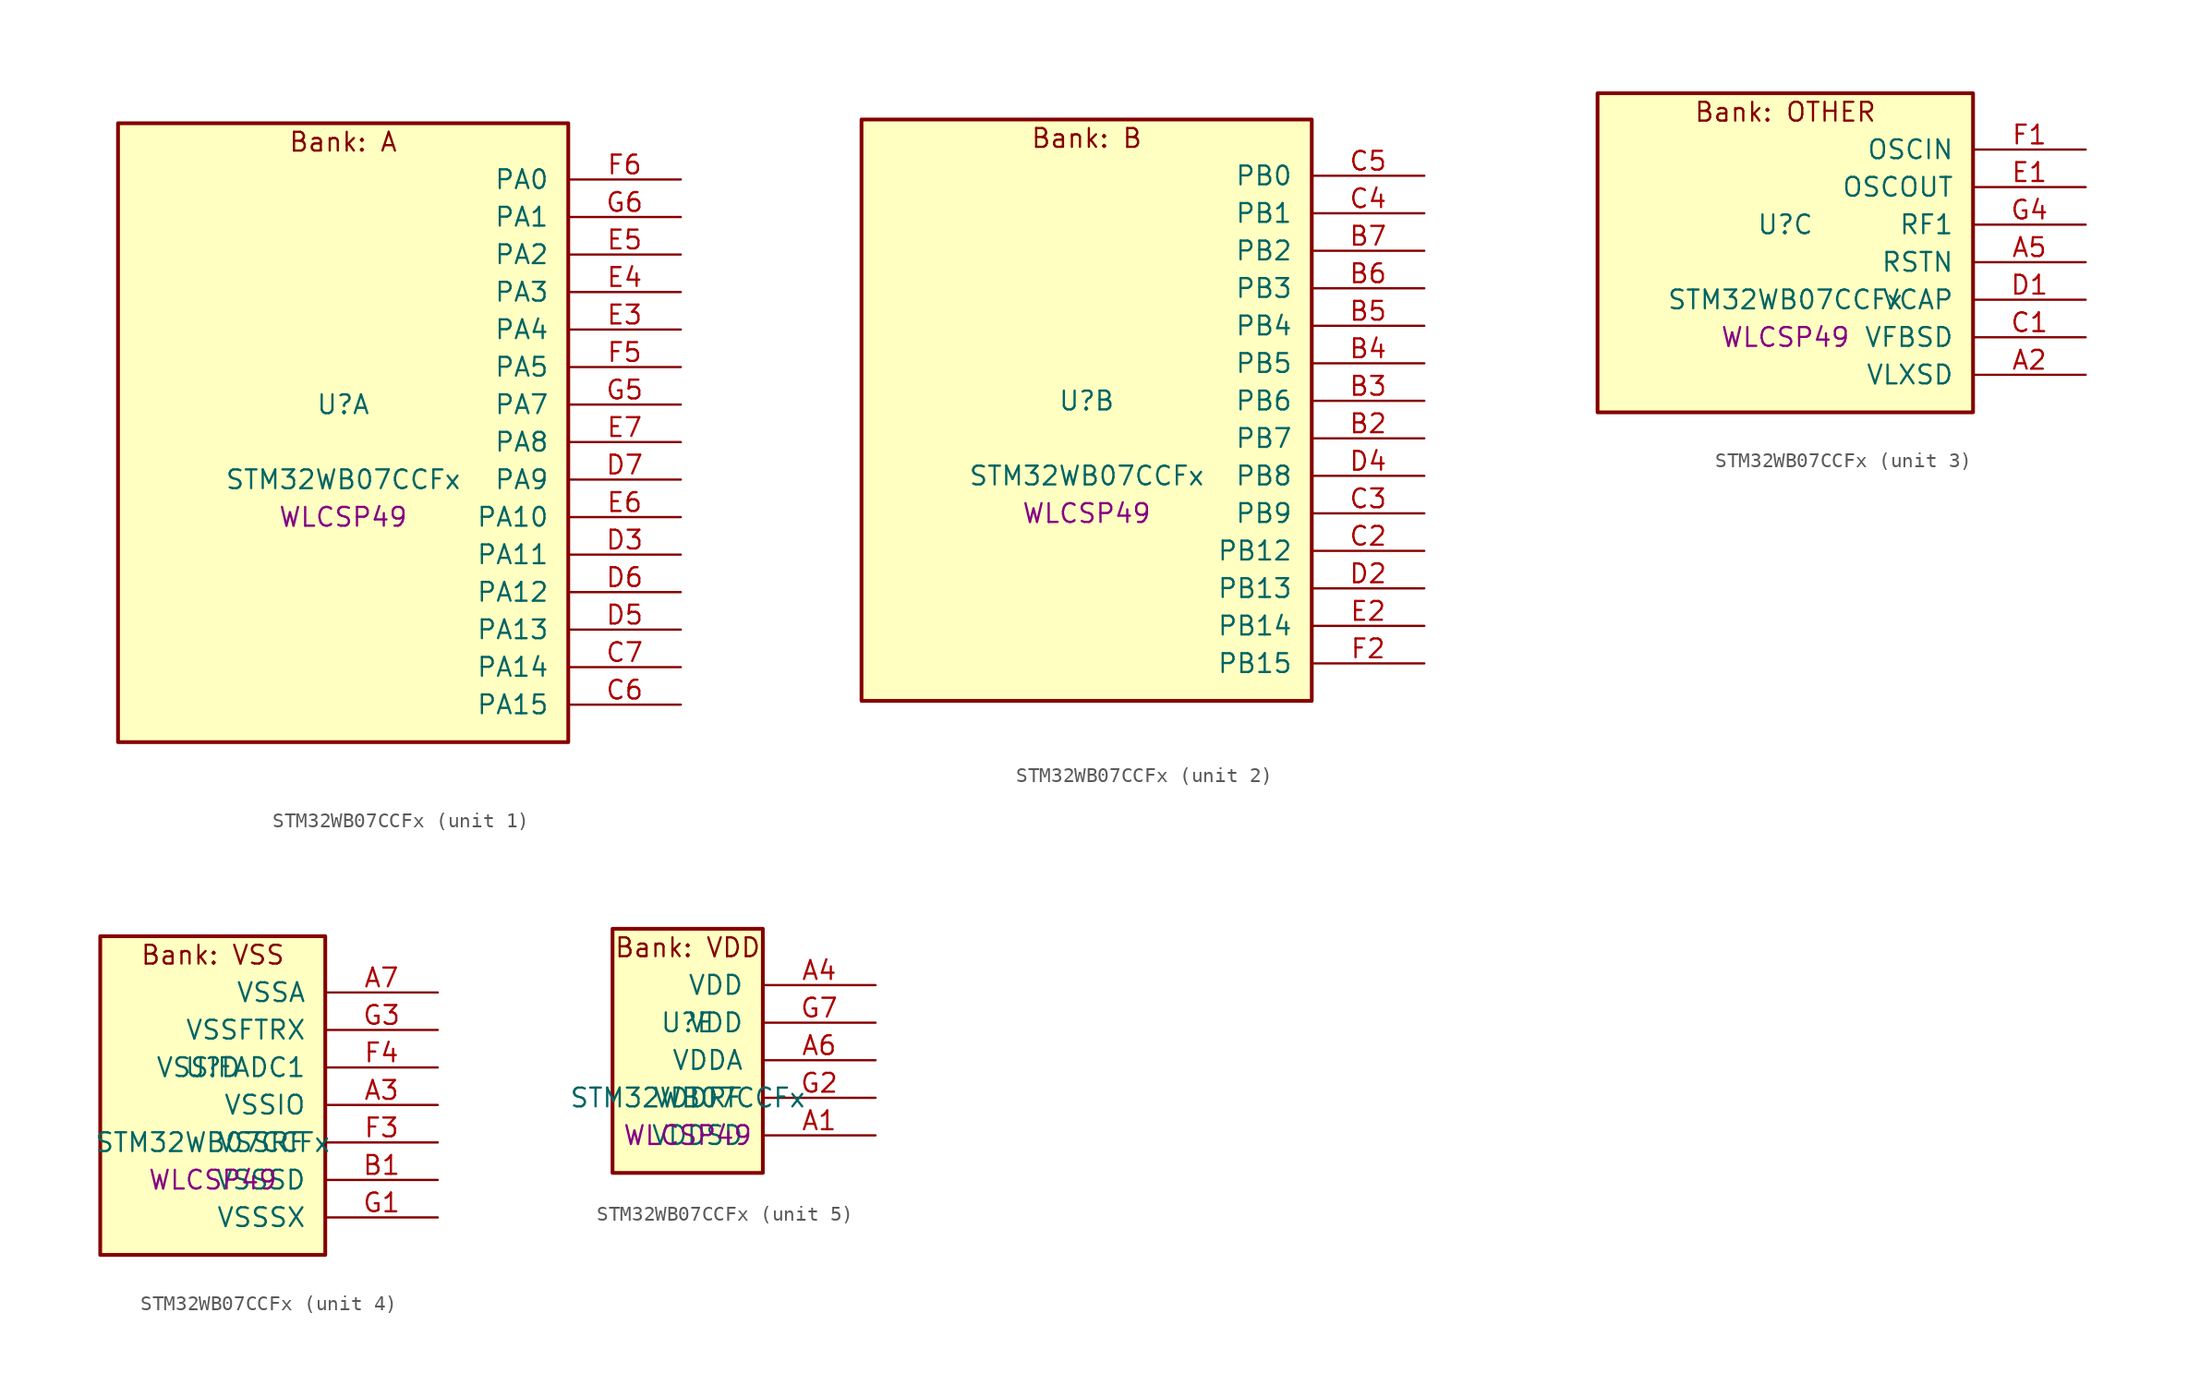
<source format=kicad_sym>
(kicad_symbol_lib
  (version 20241209)
  (generator "stm32_pkl_generator")
  (generator_version "1.0")
  (symbol "STM32WB07CCFx"
    (pin_names
      (offset 1.27))
    (property "Reference" "U"
      (at 0 2.54 0))
    (property "Value" "STM32WB07CCFx"
      (at 0 -2.54 0))
    (property "Footprint" "WLCSP49"
      (at 0 -5.08 0))
    (symbol "STM32WB07CCFx_1_1"
      (rectangle (start -15.24 21.59) (end 15.24 -20.32) (stroke (width 0.254) (type solid)) (fill (type background)))
      (text "Bank: A" (at 0 20.32 0))
      (pin bidirectional line (at 22.86 17.78 180) (length 7.62) (name "PA0") (number "F6") (alternate "PA0/I2C1_SCL" bidirectional line) (alternate "PA0/I2S2_MCK" bidirectional line) (alternate "PA0/PWR_WKUP12" bidirectional line) (alternate "PA0/TIM1_CH3" bidirectional line) (alternate "PA0/USART1_CTS" bidirectional line))
      (pin bidirectional line (at 22.86 15.24 180) (length 7.62) (name "PA1") (number "G6") (alternate "PA1/I2C1_SDA" bidirectional line) (alternate "PA1/PWR_WKUP13" bidirectional line) (alternate "PA1/SPI2_MISO" bidirectional line) (alternate "PA1/TIM1_CH4" bidirectional line) (alternate "PA1/USART1_TX" bidirectional line))
      (pin bidirectional line (at 22.86 12.7 180) (length 7.62) (name "PA2") (number "E5") (alternate "PA2/DEBUG_SWDIO" bidirectional line) (alternate "PA2/I2S3_MCK" bidirectional line) (alternate "PA2/PWR_WKUP14" bidirectional line) (alternate "PA2/USART1_CK" bidirectional line))
      (pin bidirectional line (at 22.86 10.16 180) (length 7.62) (name "PA3") (number "E4") (alternate "PA3/DEBUG_SWCLK" bidirectional line) (alternate "PA3/I2S3_SCK" bidirectional line) (alternate "PA3/PWR_WKUP15" bidirectional line) (alternate "PA3/SPI3_SCK" bidirectional line) (alternate "PA3/TIM1_BKIN2" bidirectional line) (alternate "PA3/USART1_DE" bidirectional line) (alternate "PA3/USART1_RTS" bidirectional line))
      (pin bidirectional line (at 22.86 7.62 180) (length 7.62) (name "PA4") (number "E3") (alternate "PA4/I2S2_WS" bidirectional line) (alternate "PA4/LPUART1_TX" bidirectional line) (alternate "PA4/PWR_WKUP16" bidirectional line) (alternate "PA4/RCC_LCO" bidirectional line) (alternate "PA4/SPI2_NSS" bidirectional line) (alternate "PA4/TIM1_CH1" bidirectional line))
      (pin bidirectional line (at 22.86 5.08 180) (length 7.62) (name "PA5") (number "F5") (alternate "PA5/I2S2_SCK" bidirectional line) (alternate "PA5/LPUART1_RX" bidirectional line) (alternate "PA5/PWR_WKUP17" bidirectional line) (alternate "PA5/RCC_LCO" bidirectional line) (alternate "PA5/RCC_MCO" bidirectional line) (alternate "PA5/SPI2_SCK" bidirectional line) (alternate "PA5/TIM1_CH2" bidirectional line))
      (pin bidirectional line (at 22.86 2.54 180) (length 7.62) (name "PA7") (number "G5") (alternate "PA7/I2S2_SCK" bidirectional line) (alternate "PA7/LPUART1_DE" bidirectional line) (alternate "PA7/LPUART1_RTS" bidirectional line) (alternate "PA7/PWR_WKUP19" bidirectional line) (alternate "PA7/RTC_OUT" bidirectional line) (alternate "PA7/SPI2_MISO" bidirectional line) (alternate "PA7/SPI2_SCK" bidirectional line) (alternate "PA7/TIM1_CH2" bidirectional line))
      (pin bidirectional line (at 22.86 0 180) (length 7.62) (name "PA8") (number "E7") (alternate "PA8/PWR_WKUP8" bidirectional line) (alternate "PA8/PWR_WKUP20" bidirectional line) (alternate "PA8/RADIO_RX_SEQUENCE" bidirectional line) (alternate "PA8/RTC_OUT" bidirectional line) (alternate "PA8/SPI1_MOSI" bidirectional line) (alternate "PA8/SPI3_MISO" bidirectional line) (alternate "PA8/TIM1_CH3" bidirectional line) (alternate "PA8/USART1_RX" bidirectional line))
      (pin bidirectional line (at 22.86 -2.54 180) (length 7.62) (name "PA9") (number "D7") (alternate "PA9/I2S3_WS" bidirectional line) (alternate "PA9/PWR_WKUP9" bidirectional line) (alternate "PA9/PWR_WKUP21" bidirectional line) (alternate "PA9/RTC_OUT" bidirectional line) (alternate "PA9/SPI1_SCK" bidirectional line) (alternate "PA9/SPI3_NSS" bidirectional line) (alternate "PA9/TIM1_CH4" bidirectional line) (alternate "PA9/USART1_TX" bidirectional line))
      (pin bidirectional line (at 22.86 -5.08 180) (length 7.62) (name "PA10") (number "E6") (alternate "PA10/I2S3_MCK" bidirectional line) (alternate "PA10/PWR_WKUP10" bidirectional line) (alternate "PA10/PWR_WKUP22" bidirectional line) (alternate "PA10/RADIO_TX_SEQUENCE" bidirectional line) (alternate "PA10/RCC_LCO" bidirectional line) (alternate "PA10/SPI1_MISO" bidirectional line))
      (pin bidirectional line (at 22.86 -7.62 180) (length 7.62) (name "PA11") (number "D3") (alternate "PA11/I2S3_SD" bidirectional line) (alternate "PA11/PWR_WKUP11" bidirectional line) (alternate "PA11/PWR_WKUP23" bidirectional line) (alternate "PA11/RADIO_RX_SEQUENCE" bidirectional line) (alternate "PA11/RCC_MCO" bidirectional line) (alternate "PA11/RTC_OUT" bidirectional line) (alternate "PA11/SPI1_NSS" bidirectional line) (alternate "PA11/SPI3_MOSI" bidirectional line))
      (pin bidirectional line (at 22.86 -10.16 180) (length 7.62) (name "PA12") (number "D6") (alternate "PA12/ADC1_VINM3" bidirectional line) (alternate "PA12/I2C1_SMBA" bidirectional line) (alternate "PA12/I2S2_SD" bidirectional line) (alternate "PA12/PWR_WKUP24" bidirectional line) (alternate "PA12/SPI1_NSS" bidirectional line) (alternate "PA12/SPI2_MOSI" bidirectional line) (alternate "PA12/TIM1_CH1" bidirectional line))
      (pin bidirectional line (at 22.86 -12.7 180) (length 7.62) (name "PA13") (number "D5") (alternate "PA13/ADC1_VINP3" bidirectional line) (alternate "PA13/I2C2_SCL" bidirectional line) (alternate "PA13/PWR_WKUP25" bidirectional line) (alternate "PA13/SPI1_SCK" bidirectional line) (alternate "PA13/SPI2_MISO" bidirectional line) (alternate "PA13/TIM1_ETR" bidirectional line))
      (pin bidirectional line (at 22.86 -15.24 180) (length 7.62) (name "PA14") (number "C7") (alternate "PA14/ADC1_VINM2" bidirectional line) (alternate "PA14/I2C2_SDA" bidirectional line) (alternate "PA14/PWR_WKUP26" bidirectional line) (alternate "PA14/SPI1_MISO" bidirectional line))
      (pin bidirectional line (at 22.86 -17.78 180) (length 7.62) (name "PA15") (number "C6") (alternate "PA15/ADC1_VINP2" bidirectional line) (alternate "PA15/I2C2_SMBA" bidirectional line) (alternate "PA15/PWR_WKUP27" bidirectional line) (alternate "PA15/SPI1_MOSI" bidirectional line) (alternate "PA15/TIM1_BKIN2" bidirectional line)))
    (symbol "STM32WB07CCFx_2_1"
      (rectangle (start -15.24 21.59) (end 15.24 -17.78) (stroke (width 0.254) (type solid)) (fill (type background)))
      (text "Bank: B" (at 0 20.32 0))
      (pin bidirectional line (at 22.86 17.78 180) (length 7.62) (name "PB0") (number "C5") (alternate "PB0/ADC1_VINM1" bidirectional line) (alternate "PB0/LPUART1_DE" bidirectional line) (alternate "PB0/LPUART1_RTS" bidirectional line) (alternate "PB0/PWR_WKUP0" bidirectional line) (alternate "PB0/TIM1_CH2N" bidirectional line) (alternate "PB0/USART1_RX" bidirectional line))
      (pin bidirectional line (at 22.86 15.24 180) (length 7.62) (name "PB1") (number "C4") (alternate "PB1/ADC1_PDM_CLK" bidirectional line) (alternate "PB1/ADC1_VINP1" bidirectional line) (alternate "PB1/PWR_WKUP1" bidirectional line) (alternate "PB1/SPI1_NSS" bidirectional line) (alternate "PB1/TIM1_ETR" bidirectional line))
      (pin bidirectional line (at 22.86 12.7 180) (length 7.62) (name "PB2") (number "B7") (alternate "PB2/ADC1_PDM_DATA" bidirectional line) (alternate "PB2/ADC1_PGA_CAP0" bidirectional line) (alternate "PB2/ADC1_VINM0" bidirectional line) (alternate "PB2/PWR_WKUP2" bidirectional line) (alternate "PB2/TIM1_CH3" bidirectional line) (alternate "PB2/USART1_DE" bidirectional line) (alternate "PB2/USART1_RTS" bidirectional line))
      (pin bidirectional line (at 22.86 10.16 180) (length 7.62) (name "PB3") (number "B6") (alternate "PB3/ADC1_PGA_CAP1" bidirectional line) (alternate "PB3/ADC1_VINP0" bidirectional line) (alternate "PB3/LPUART1_TX" bidirectional line) (alternate "PB3/PWR_WKUP3" bidirectional line) (alternate "PB3/TIM1_CH4" bidirectional line) (alternate "PB3/USART1_CTS" bidirectional line))
      (pin bidirectional line (at 22.86 7.62 180) (length 7.62) (name "PB4") (number "B5") (alternate "PB4/ADC1_PDM_DATA" bidirectional line) (alternate "PB4/ADC1_PGA_VIN" bidirectional line) (alternate "PB4/LPUART1_TX" bidirectional line) (alternate "PB4/PWR_WKUP4" bidirectional line) (alternate "PB4/SPI2_MISO" bidirectional line))
      (pin bidirectional line (at 22.86 5.08 180) (length 7.62) (name "PB5") (number "B4") (alternate "PB5/ADC1_PDM_CLK" bidirectional line) (alternate "PB5/ADC1_PGA_VBIAS_MIC" bidirectional line) (alternate "PB5/I2S2_SD" bidirectional line) (alternate "PB5/LPUART1_RX" bidirectional line) (alternate "PB5/PWR_WKUP5" bidirectional line) (alternate "PB5/SPI2_MOSI" bidirectional line))
      (pin bidirectional line (at 22.86 2.54 180) (length 7.62) (name "PB6") (number "B3") (alternate "PB6/I2C2_SCL" bidirectional line) (alternate "PB6/I2S2_WS" bidirectional line) (alternate "PB6/LPUART1_TX" bidirectional line) (alternate "PB6/PWR_WKUP6" bidirectional line) (alternate "PB6/SPI2_NSS" bidirectional line) (alternate "PB6/TIM1_CH1" bidirectional line))
      (pin bidirectional line (at 22.86 0 180) (length 7.62) (name "PB7") (number "B2") (alternate "PB7/I2C2_SDA" bidirectional line) (alternate "PB7/I2S2_SCK" bidirectional line) (alternate "PB7/LPUART1_RX" bidirectional line) (alternate "PB7/PWR_WKUP7" bidirectional line) (alternate "PB7/SPI2_SCK" bidirectional line) (alternate "PB7/TIM1_CH2" bidirectional line))
      (pin bidirectional line (at 22.86 -2.54 180) (length 7.62) (name "PB8") (number "D4") (alternate "PB8/LPUART1_RX" bidirectional line) (alternate "PB8/PWR_WKUP20" bidirectional line) (alternate "PB8/TIM1_CH1N" bidirectional line) (alternate "PB8/TIM1_CH4" bidirectional line) (alternate "PB8/USART1_CK" bidirectional line))
      (pin bidirectional line (at 22.86 -5.08 180) (length 7.62) (name "PB9") (number "C3") (alternate "PB9/I2S2_MCK" bidirectional line) (alternate "PB9/LPUART1_CTS" bidirectional line) (alternate "PB9/PWR_WKUP21" bidirectional line) (alternate "PB9/TIM1_CH1N" bidirectional line) (alternate "PB9/TIM1_CH2N" bidirectional line) (alternate "PB9/USART1_TX" bidirectional line))
      (pin bidirectional line (at 22.86 -7.62 180) (length 7.62) (name "PB12") (number "C2") (alternate "PB12/ADC1_PDM_DATA" bidirectional line) (alternate "PB12/RCC_LCO" bidirectional line) (alternate "PB12/RCC_OSC32_OUT" bidirectional line) (alternate "PB12/SPI1_SCK" bidirectional line) (alternate "PB12/TIM1_CH3" bidirectional line))
      (pin bidirectional line (at 22.86 -10.16 180) (length 7.62) (name "PB13") (number "D2") (alternate "PB13/ADC1_PDM_CLK" bidirectional line) (alternate "PB13/I2C2_SCL" bidirectional line) (alternate "PB13/RCC_OSC32_IN" bidirectional line) (alternate "PB13/SPI1_MISO" bidirectional line) (alternate "PB13/TIM1_BKIN2" bidirectional line) (alternate "PB13/TIM1_CH4" bidirectional line))
      (pin bidirectional line (at 22.86 -12.7 180) (length 7.62) (name "PB14") (number "E2") (alternate "PB14/I2C2_SDA" bidirectional line) (alternate "PB14/PWR_PVD_IN" bidirectional line) (alternate "PB14/SPI1_MOSI" bidirectional line) (alternate "PB14/TIM1_CH3N" bidirectional line) (alternate "PB14/TIM1_ETR" bidirectional line) (alternate "PB14/USART1_RX" bidirectional line))
      (pin bidirectional line (at 22.86 -15.24 180) (length 7.62) (name "PB15") (number "F2") (alternate "PB15/I2C1_SMBA" bidirectional line) (alternate "PB15/RADIO_TX_SEQUENCE" bidirectional line) (alternate "PB15/RCC_MCO" bidirectional line) (alternate "PB15/USART1_TX" bidirectional line)))
    (symbol "STM32WB07CCFx_3_1"
      (rectangle (start -12.7 11.43) (end 12.7 -10.16) (stroke (width 0.254) (type solid)) (fill (type background)))
      (text "Bank: OTHER" (at 0 10.16 0))
      (pin bidirectional line (at 20.32 7.62 180) (length 7.62) (name "OSCIN") (number "F1") (alternate "OSCIN/RCC_OSC_IN" bidirectional line))
      (pin bidirectional line (at 20.32 5.08 180) (length 7.62) (name "OSCOUT") (number "E1") (alternate "OSCOUT/RCC_OSC_OUT" bidirectional line))
      (pin bidirectional line (at 20.32 2.54 180) (length 7.62) (name "RF1") (number "G4") (alternate "RF1/RADIO_RF1" bidirectional line))
      (pin power_in line (at 20.32 0 180) (length 7.62) (name "RSTN") (number "A5"))
      (pin power_in line (at 20.32 -2.54 180) (length 7.62) (name "VCAP") (number "D1"))
      (pin power_in line (at 20.32 -5.08 180) (length 7.62) (name "VFBSD") (number "C1"))
      (pin power_in line (at 20.32 -7.62 180) (length 7.62) (name "VLXSD") (number "A2")))
    (symbol "STM32WB07CCFx_4_1"
      (rectangle (start -7.62 11.43) (end 7.62 -10.16) (stroke (width 0.254) (type solid)) (fill (type background)))
      (text "Bank: VSS" (at 0 10.16 0))
      (pin power_in line (at 15.24 7.62 180) (length 7.62) (name "VSSA") (number "A7"))
      (pin power_in line (at 15.24 5.08 180) (length 7.62) (name "VSSFTRX") (number "G3"))
      (pin power_in line (at 15.24 2.54 180) (length 7.62) (name "VSSIFADC1") (number "F4"))
      (pin power_in line (at 15.24 0 180) (length 7.62) (name "VSSIO") (number "A3"))
      (pin power_in line (at 15.24 -2.54 180) (length 7.62) (name "VSSRF") (number "F3"))
      (pin power_in line (at 15.24 -5.08 180) (length 7.62) (name "VSSSD") (number "B1"))
      (pin power_in line (at 15.24 -7.62 180) (length 7.62) (name "VSSSX") (number "G1")))
    (symbol "STM32WB07CCFx_5_1"
      (rectangle (start -5.08 8.89) (end 5.08 -7.62) (stroke (width 0.254) (type solid)) (fill (type background)))
      (text "Bank: VDD" (at 0 7.62 0))
      (pin power_in line (at 12.7 5.08 180) (length 7.62) (name "VDD") (number "A4"))
      (pin power_in line (at 12.7 2.54 180) (length 7.62) (name "VDD") (number "G7"))
      (pin power_in line (at 12.7 0 180) (length 7.62) (name "VDDA") (number "A6"))
      (pin power_in line (at 12.7 -2.54 180) (length 7.62) (name "VDDRF") (number "G2"))
      (pin power_in line (at 12.7 -5.08 180) (length 7.62) (name "VDDSD") (number "A1")))))
</source>
